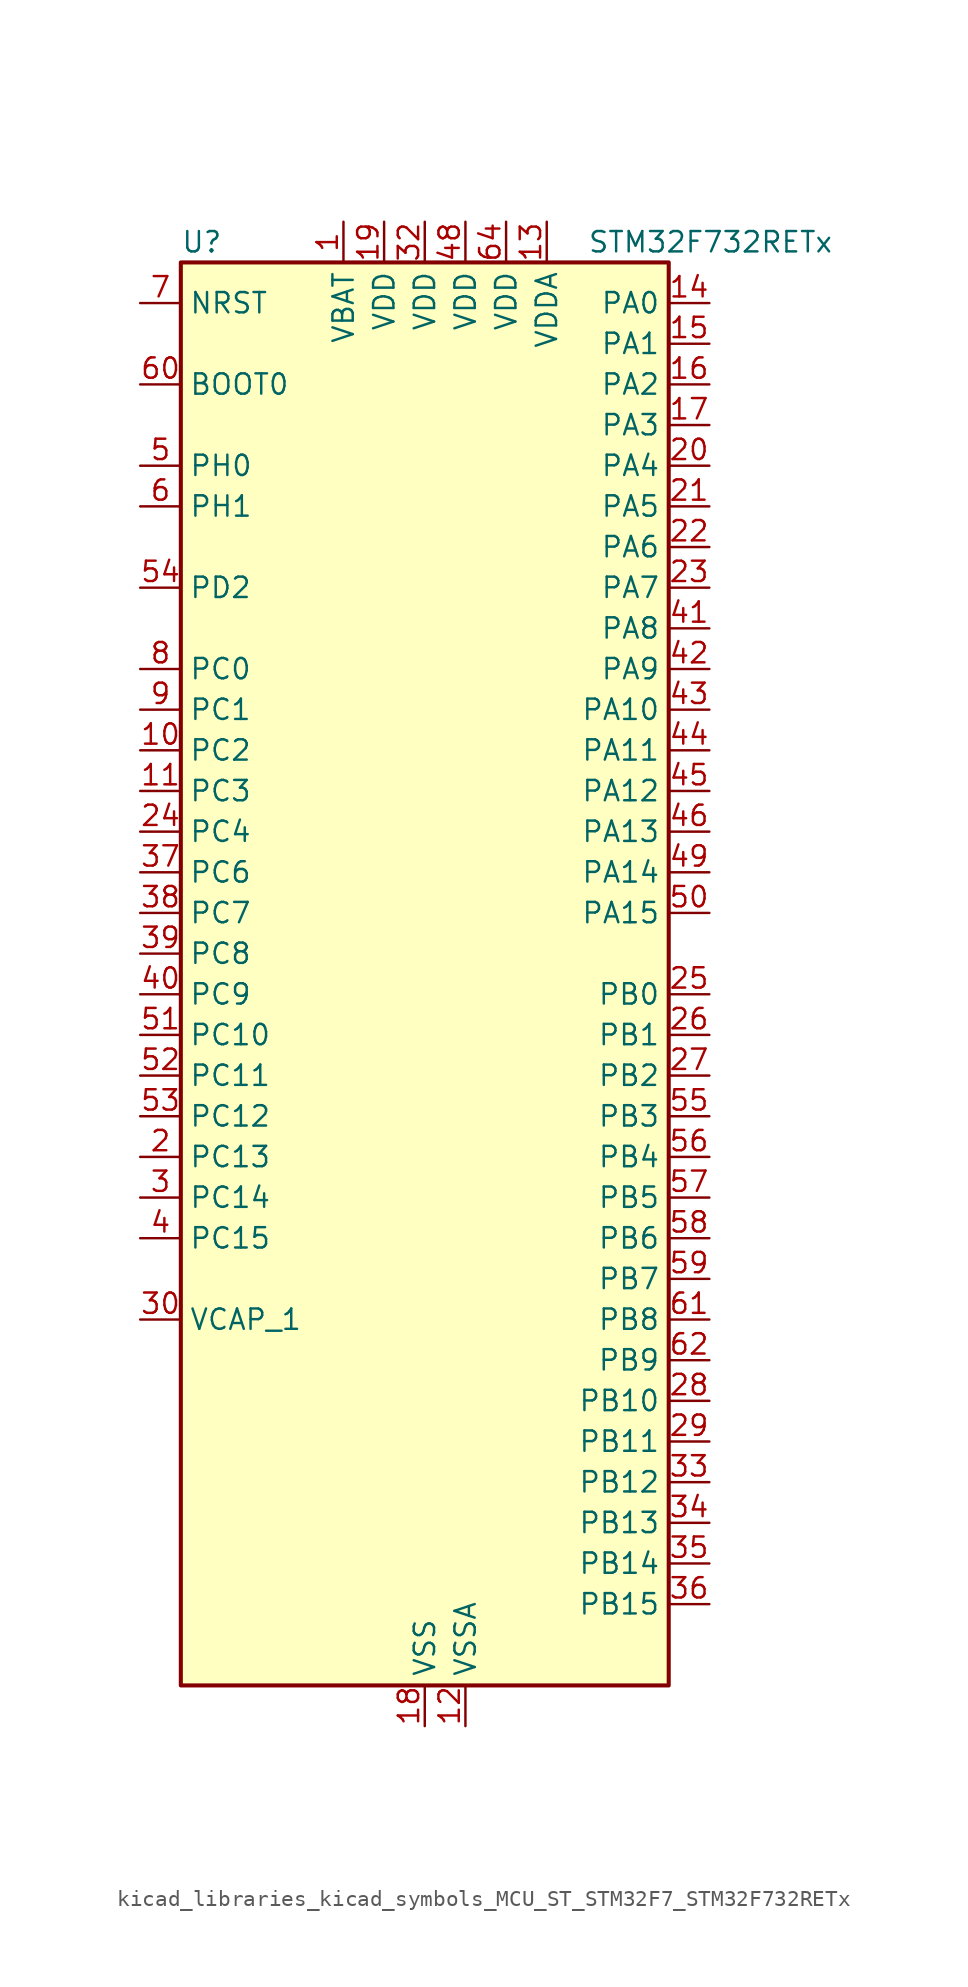
<source format=kicad_sym>
(kicad_symbol_lib
  (version 20220914)
  (generator kicad_symbol_editor)
  (symbol "kicad_libraries_kicad_symbols_MCU_ST_STM32F7_STM32F732RETx"
    (property "Reference" "U"
      (at -15.24 46.99 0)
      (effects (font (size 1.27 1.27)) (justify left)))
    (property "Value" "STM32F732RETx"
      (at 10.16 46.99 0)
      (effects (font (size 1.27 1.27)) (justify left)))
    (property "ki_locked" ""
      (at 0 0 0)
      (effects (font (size 1.27 1.27))))
    (symbol "kicad_libraries_kicad_symbols_MCU_ST_STM32F7_STM32F732RETx_0_1"
      (rectangle (start -15.24 -43.18) (end 15.24 45.72) (stroke (width 0.254) (type default)) (fill (type background))))
    (symbol "kicad_libraries_kicad_symbols_MCU_ST_STM32F7_STM32F732RETx_1_1"
      (pin power_in line (at -5.08 48.26 270) (length 2.54) (name "VBAT" (effects (font (size 1.27 1.27)))) (number "1" (effects (font (size 1.27 1.27)))))
      (pin bidirectional line (at -17.78 15.24 0) (length 2.54) (name "PC2" (effects (font (size 1.27 1.27)))) (number "10" (effects (font (size 1.27 1.27)))) (alternate "ADC1_IN12" bidirectional line) (alternate "ADC2_IN12" bidirectional line) (alternate "ADC3_IN12" bidirectional line) (alternate "SPI2_MISO" bidirectional line) (alternate "USB_OTG_HS_ULPI_DIR" bidirectional line))
      (pin bidirectional line (at -17.78 12.7 0) (length 2.54) (name "PC3" (effects (font (size 1.27 1.27)))) (number "11" (effects (font (size 1.27 1.27)))) (alternate "ADC1_IN13" bidirectional line) (alternate "ADC2_IN13" bidirectional line) (alternate "ADC3_IN13" bidirectional line) (alternate "I2S2_SD" bidirectional line) (alternate "SPI2_MOSI" bidirectional line) (alternate "USB_OTG_HS_ULPI_NXT" bidirectional line))
      (pin power_in line (at 2.54 -45.72 90) (length 2.54) (name "VSSA" (effects (font (size 1.27 1.27)))) (number "12" (effects (font (size 1.27 1.27)))))
      (pin power_in line (at 7.62 48.26 270) (length 2.54) (name "VDDA" (effects (font (size 1.27 1.27)))) (number "13" (effects (font (size 1.27 1.27)))))
      (pin bidirectional line (at 17.78 43.18 180) (length 2.54) (name "PA0" (effects (font (size 1.27 1.27)))) (number "14" (effects (font (size 1.27 1.27)))) (alternate "ADC1_IN0" bidirectional line) (alternate "ADC2_IN0" bidirectional line) (alternate "ADC3_IN0" bidirectional line) (alternate "SAI2_SD_B" bidirectional line) (alternate "SYS_WKUP1" bidirectional line) (alternate "TIM2_CH1" bidirectional line) (alternate "TIM2_ETR" bidirectional line) (alternate "TIM5_CH1" bidirectional line) (alternate "TIM8_ETR" bidirectional line) (alternate "UART4_TX" bidirectional line) (alternate "USART2_CTS" bidirectional line))
      (pin bidirectional line (at 17.78 40.64 180) (length 2.54) (name "PA1" (effects (font (size 1.27 1.27)))) (number "15" (effects (font (size 1.27 1.27)))) (alternate "ADC1_IN1" bidirectional line) (alternate "ADC2_IN1" bidirectional line) (alternate "ADC3_IN1" bidirectional line) (alternate "QUADSPI_BK1_IO3" bidirectional line) (alternate "SAI2_MCLK_B" bidirectional line) (alternate "TIM2_CH2" bidirectional line) (alternate "TIM5_CH2" bidirectional line) (alternate "UART4_RX" bidirectional line) (alternate "USART2_DE" bidirectional line) (alternate "USART2_RTS" bidirectional line))
      (pin bidirectional line (at 17.78 38.1 180) (length 2.54) (name "PA2" (effects (font (size 1.27 1.27)))) (number "16" (effects (font (size 1.27 1.27)))) (alternate "ADC1_IN2" bidirectional line) (alternate "ADC2_IN2" bidirectional line) (alternate "ADC3_IN2" bidirectional line) (alternate "SAI2_SCK_B" bidirectional line) (alternate "SYS_WKUP2" bidirectional line) (alternate "TIM2_CH3" bidirectional line) (alternate "TIM5_CH3" bidirectional line) (alternate "TIM9_CH1" bidirectional line) (alternate "USART2_TX" bidirectional line))
      (pin bidirectional line (at 17.78 35.56 180) (length 2.54) (name "PA3" (effects (font (size 1.27 1.27)))) (number "17" (effects (font (size 1.27 1.27)))) (alternate "ADC1_IN3" bidirectional line) (alternate "ADC2_IN3" bidirectional line) (alternate "ADC3_IN3" bidirectional line) (alternate "TIM2_CH4" bidirectional line) (alternate "TIM5_CH4" bidirectional line) (alternate "TIM9_CH2" bidirectional line) (alternate "USART2_RX" bidirectional line) (alternate "USB_OTG_HS_ULPI_D0" bidirectional line))
      (pin power_in line (at 0 -45.72 90) (length 2.54) (name "VSS" (effects (font (size 1.27 1.27)))) (number "18" (effects (font (size 1.27 1.27)))))
      (pin power_in line (at -2.54 48.26 270) (length 2.54) (name "VDD" (effects (font (size 1.27 1.27)))) (number "19" (effects (font (size 1.27 1.27)))))
      (pin bidirectional line (at -17.78 -10.16 0) (length 2.54) (name "PC13" (effects (font (size 1.27 1.27)))) (number "2" (effects (font (size 1.27 1.27)))) (alternate "RTC_OUT" bidirectional line) (alternate "RTC_TAMP1" bidirectional line) (alternate "RTC_TS" bidirectional line) (alternate "SYS_WKUP4" bidirectional line))
      (pin bidirectional line (at 17.78 33.02 180) (length 2.54) (name "PA4" (effects (font (size 1.27 1.27)))) (number "20" (effects (font (size 1.27 1.27)))) (alternate "ADC1_IN4" bidirectional line) (alternate "ADC2_IN4" bidirectional line) (alternate "DAC_OUT1" bidirectional line) (alternate "I2S1_WS" bidirectional line) (alternate "I2S3_WS" bidirectional line) (alternate "SPI1_NSS" bidirectional line) (alternate "SPI3_NSS" bidirectional line) (alternate "USART2_CK" bidirectional line) (alternate "USB_OTG_HS_SOF" bidirectional line))
      (pin bidirectional line (at 17.78 30.48 180) (length 2.54) (name "PA5" (effects (font (size 1.27 1.27)))) (number "21" (effects (font (size 1.27 1.27)))) (alternate "ADC1_IN5" bidirectional line) (alternate "ADC2_IN5" bidirectional line) (alternate "DAC_OUT2" bidirectional line) (alternate "I2S1_CK" bidirectional line) (alternate "SPI1_SCK" bidirectional line) (alternate "TIM2_CH1" bidirectional line) (alternate "TIM2_ETR" bidirectional line) (alternate "TIM8_CH1N" bidirectional line) (alternate "USB_OTG_HS_ULPI_CK" bidirectional line))
      (pin bidirectional line (at 17.78 27.94 180) (length 2.54) (name "PA6" (effects (font (size 1.27 1.27)))) (number "22" (effects (font (size 1.27 1.27)))) (alternate "ADC1_IN6" bidirectional line) (alternate "ADC2_IN6" bidirectional line) (alternate "SPI1_MISO" bidirectional line) (alternate "TIM13_CH1" bidirectional line) (alternate "TIM1_BKIN" bidirectional line) (alternate "TIM3_CH1" bidirectional line) (alternate "TIM8_BKIN" bidirectional line))
      (pin bidirectional line (at 17.78 25.4 180) (length 2.54) (name "PA7" (effects (font (size 1.27 1.27)))) (number "23" (effects (font (size 1.27 1.27)))) (alternate "ADC1_IN7" bidirectional line) (alternate "ADC2_IN7" bidirectional line) (alternate "I2S1_SD" bidirectional line) (alternate "SPI1_MOSI" bidirectional line) (alternate "TIM14_CH1" bidirectional line) (alternate "TIM1_CH1N" bidirectional line) (alternate "TIM3_CH2" bidirectional line) (alternate "TIM8_CH1N" bidirectional line))
      (pin bidirectional line (at -17.78 10.16 0) (length 2.54) (name "PC4" (effects (font (size 1.27 1.27)))) (number "24" (effects (font (size 1.27 1.27)))) (alternate "ADC1_IN14" bidirectional line) (alternate "ADC2_IN14" bidirectional line) (alternate "I2S1_MCK" bidirectional line))
      (pin bidirectional line (at 17.78 0 180) (length 2.54) (name "PB0" (effects (font (size 1.27 1.27)))) (number "25" (effects (font (size 1.27 1.27)))) (alternate "ADC1_IN8" bidirectional line) (alternate "ADC2_IN8" bidirectional line) (alternate "TIM1_CH2N" bidirectional line) (alternate "TIM3_CH3" bidirectional line) (alternate "TIM8_CH2N" bidirectional line) (alternate "UART4_CTS" bidirectional line) (alternate "USB_OTG_HS_ULPI_D1" bidirectional line))
      (pin bidirectional line (at 17.78 -2.54 180) (length 2.54) (name "PB1" (effects (font (size 1.27 1.27)))) (number "26" (effects (font (size 1.27 1.27)))) (alternate "ADC1_IN9" bidirectional line) (alternate "ADC2_IN9" bidirectional line) (alternate "TIM1_CH3N" bidirectional line) (alternate "TIM3_CH4" bidirectional line) (alternate "TIM8_CH3N" bidirectional line) (alternate "USB_OTG_HS_ULPI_D2" bidirectional line))
      (pin bidirectional line (at 17.78 -5.08 180) (length 2.54) (name "PB2" (effects (font (size 1.27 1.27)))) (number "27" (effects (font (size 1.27 1.27)))) (alternate "I2S3_SD" bidirectional line) (alternate "QUADSPI_CLK" bidirectional line) (alternate "SAI1_SD_A" bidirectional line) (alternate "SPI3_MOSI" bidirectional line))
      (pin bidirectional line (at 17.78 -25.4 180) (length 2.54) (name "PB10" (effects (font (size 1.27 1.27)))) (number "28" (effects (font (size 1.27 1.27)))) (alternate "I2C2_SCL" bidirectional line) (alternate "I2S2_CK" bidirectional line) (alternate "SPI2_SCK" bidirectional line) (alternate "TIM2_CH3" bidirectional line) (alternate "USART3_TX" bidirectional line) (alternate "USB_OTG_HS_ULPI_D3" bidirectional line))
      (pin bidirectional line (at 17.78 -27.94 180) (length 2.54) (name "PB11" (effects (font (size 1.27 1.27)))) (number "29" (effects (font (size 1.27 1.27)))) (alternate "ADC1_EXTI11" bidirectional line) (alternate "ADC2_EXTI11" bidirectional line) (alternate "ADC3_EXTI11" bidirectional line) (alternate "I2C2_SDA" bidirectional line) (alternate "TIM2_CH4" bidirectional line) (alternate "USART3_RX" bidirectional line) (alternate "USB_OTG_HS_ULPI_D4" bidirectional line))
      (pin bidirectional line (at -17.78 -12.7 0) (length 2.54) (name "PC14" (effects (font (size 1.27 1.27)))) (number "3" (effects (font (size 1.27 1.27)))) (alternate "RCC_OSC32_IN" bidirectional line))
      (pin power_out line (at -17.78 -20.32 0) (length 2.54) (name "VCAP_1" (effects (font (size 1.27 1.27)))) (number "30" (effects (font (size 1.27 1.27)))))
      (pin passive line (at 0 -45.72 90) (length 2.54) hide (name "VSS" (effects (font (size 1.27 1.27)))) (number "31" (effects (font (size 1.27 1.27)))))
      (pin power_in line (at 0 48.26 270) (length 2.54) (name "VDD" (effects (font (size 1.27 1.27)))) (number "32" (effects (font (size 1.27 1.27)))))
      (pin bidirectional line (at 17.78 -30.48 180) (length 2.54) (name "PB12" (effects (font (size 1.27 1.27)))) (number "33" (effects (font (size 1.27 1.27)))) (alternate "I2C2_SMBA" bidirectional line) (alternate "I2S2_WS" bidirectional line) (alternate "SPI2_NSS" bidirectional line) (alternate "TIM1_BKIN" bidirectional line) (alternate "USART3_CK" bidirectional line) (alternate "USB_OTG_HS_ID" bidirectional line) (alternate "USB_OTG_HS_ULPI_D5" bidirectional line))
      (pin bidirectional line (at 17.78 -33.02 180) (length 2.54) (name "PB13" (effects (font (size 1.27 1.27)))) (number "34" (effects (font (size 1.27 1.27)))) (alternate "I2S2_CK" bidirectional line) (alternate "SPI2_SCK" bidirectional line) (alternate "TIM1_CH1N" bidirectional line) (alternate "USART3_CTS" bidirectional line) (alternate "USB_OTG_HS_ULPI_D6" bidirectional line) (alternate "USB_OTG_HS_VBUS" bidirectional line))
      (pin bidirectional line (at 17.78 -35.56 180) (length 2.54) (name "PB14" (effects (font (size 1.27 1.27)))) (number "35" (effects (font (size 1.27 1.27)))) (alternate "SPI2_MISO" bidirectional line) (alternate "TIM12_CH1" bidirectional line) (alternate "TIM1_CH2N" bidirectional line) (alternate "TIM8_CH2N" bidirectional line) (alternate "USART3_DE" bidirectional line) (alternate "USART3_RTS" bidirectional line) (alternate "USB_OTG_HS_DM" bidirectional line))
      (pin bidirectional line (at 17.78 -38.1 180) (length 2.54) (name "PB15" (effects (font (size 1.27 1.27)))) (number "36" (effects (font (size 1.27 1.27)))) (alternate "I2S2_SD" bidirectional line) (alternate "RTC_REFIN" bidirectional line) (alternate "SPI2_MOSI" bidirectional line) (alternate "TIM12_CH2" bidirectional line) (alternate "TIM1_CH3N" bidirectional line) (alternate "TIM8_CH3N" bidirectional line) (alternate "USB_OTG_HS_DP" bidirectional line))
      (pin bidirectional line (at -17.78 7.62 0) (length 2.54) (name "PC6" (effects (font (size 1.27 1.27)))) (number "37" (effects (font (size 1.27 1.27)))) (alternate "I2S2_MCK" bidirectional line) (alternate "SDMMC1_D6" bidirectional line) (alternate "TIM3_CH1" bidirectional line) (alternate "TIM8_CH1" bidirectional line) (alternate "USART6_TX" bidirectional line))
      (pin bidirectional line (at -17.78 5.08 0) (length 2.54) (name "PC7" (effects (font (size 1.27 1.27)))) (number "38" (effects (font (size 1.27 1.27)))) (alternate "I2S3_MCK" bidirectional line) (alternate "SDMMC1_D7" bidirectional line) (alternate "TIM3_CH2" bidirectional line) (alternate "TIM8_CH2" bidirectional line) (alternate "USART6_RX" bidirectional line))
      (pin bidirectional line (at -17.78 2.54 0) (length 2.54) (name "PC8" (effects (font (size 1.27 1.27)))) (number "39" (effects (font (size 1.27 1.27)))) (alternate "SDMMC1_D0" bidirectional line) (alternate "SYS_TRACED1" bidirectional line) (alternate "TIM3_CH3" bidirectional line) (alternate "TIM8_CH3" bidirectional line) (alternate "UART5_DE" bidirectional line) (alternate "UART5_RTS" bidirectional line) (alternate "USART6_CK" bidirectional line))
      (pin bidirectional line (at -17.78 -15.24 0) (length 2.54) (name "PC15" (effects (font (size 1.27 1.27)))) (number "4" (effects (font (size 1.27 1.27)))) (alternate "RCC_OSC32_OUT" bidirectional line))
      (pin bidirectional line (at -17.78 0 0) (length 2.54) (name "PC9" (effects (font (size 1.27 1.27)))) (number "40" (effects (font (size 1.27 1.27)))) (alternate "DAC_EXTI9" bidirectional line) (alternate "I2C3_SDA" bidirectional line) (alternate "I2S_CKIN" bidirectional line) (alternate "QUADSPI_BK1_IO0" bidirectional line) (alternate "RCC_MCO_2" bidirectional line) (alternate "SDMMC1_D1" bidirectional line) (alternate "TIM3_CH4" bidirectional line) (alternate "TIM8_CH4" bidirectional line) (alternate "UART5_CTS" bidirectional line))
      (pin bidirectional line (at 17.78 22.86 180) (length 2.54) (name "PA8" (effects (font (size 1.27 1.27)))) (number "41" (effects (font (size 1.27 1.27)))) (alternate "I2C3_SCL" bidirectional line) (alternate "RCC_MCO_1" bidirectional line) (alternate "TIM1_CH1" bidirectional line) (alternate "TIM8_BKIN2" bidirectional line) (alternate "USART1_CK" bidirectional line) (alternate "USB_OTG_FS_SOF" bidirectional line))
      (pin bidirectional line (at 17.78 20.32 180) (length 2.54) (name "PA9" (effects (font (size 1.27 1.27)))) (number "42" (effects (font (size 1.27 1.27)))) (alternate "DAC_EXTI9" bidirectional line) (alternate "I2C3_SMBA" bidirectional line) (alternate "I2S2_CK" bidirectional line) (alternate "SPI2_SCK" bidirectional line) (alternate "TIM1_CH2" bidirectional line) (alternate "USART1_TX" bidirectional line) (alternate "USB_OTG_FS_VBUS" bidirectional line))
      (pin bidirectional line (at 17.78 17.78 180) (length 2.54) (name "PA10" (effects (font (size 1.27 1.27)))) (number "43" (effects (font (size 1.27 1.27)))) (alternate "TIM1_CH3" bidirectional line) (alternate "USART1_RX" bidirectional line) (alternate "USB_OTG_FS_ID" bidirectional line))
      (pin bidirectional line (at 17.78 15.24 180) (length 2.54) (name "PA11" (effects (font (size 1.27 1.27)))) (number "44" (effects (font (size 1.27 1.27)))) (alternate "ADC1_EXTI11" bidirectional line) (alternate "ADC2_EXTI11" bidirectional line) (alternate "ADC3_EXTI11" bidirectional line) (alternate "CAN1_RX" bidirectional line) (alternate "TIM1_CH4" bidirectional line) (alternate "USART1_CTS" bidirectional line) (alternate "USB_OTG_FS_DM" bidirectional line))
      (pin bidirectional line (at 17.78 12.7 180) (length 2.54) (name "PA12" (effects (font (size 1.27 1.27)))) (number "45" (effects (font (size 1.27 1.27)))) (alternate "CAN1_TX" bidirectional line) (alternate "SAI2_FS_B" bidirectional line) (alternate "TIM1_ETR" bidirectional line) (alternate "USART1_DE" bidirectional line) (alternate "USART1_RTS" bidirectional line) (alternate "USB_OTG_FS_DP" bidirectional line))
      (pin bidirectional line (at 17.78 10.16 180) (length 2.54) (name "PA13" (effects (font (size 1.27 1.27)))) (number "46" (effects (font (size 1.27 1.27)))) (alternate "SYS_JTMS-SWDIO" bidirectional line))
      (pin passive line (at 0 -45.72 90) (length 2.54) hide (name "VSS" (effects (font (size 1.27 1.27)))) (number "47" (effects (font (size 1.27 1.27)))))
      (pin power_in line (at 2.54 48.26 270) (length 2.54) (name "VDD" (effects (font (size 1.27 1.27)))) (number "48" (effects (font (size 1.27 1.27)))))
      (pin bidirectional line (at 17.78 7.62 180) (length 2.54) (name "PA14" (effects (font (size 1.27 1.27)))) (number "49" (effects (font (size 1.27 1.27)))) (alternate "SYS_JTCK-SWCLK" bidirectional line))
      (pin bidirectional line (at -17.78 33.02 0) (length 2.54) (name "PH0" (effects (font (size 1.27 1.27)))) (number "5" (effects (font (size 1.27 1.27)))) (alternate "RCC_OSC_IN" bidirectional line))
      (pin bidirectional line (at 17.78 5.08 180) (length 2.54) (name "PA15" (effects (font (size 1.27 1.27)))) (number "50" (effects (font (size 1.27 1.27)))) (alternate "I2S1_WS" bidirectional line) (alternate "I2S3_WS" bidirectional line) (alternate "SPI1_NSS" bidirectional line) (alternate "SPI3_NSS" bidirectional line) (alternate "SYS_JTDI" bidirectional line) (alternate "TIM2_CH1" bidirectional line) (alternate "TIM2_ETR" bidirectional line) (alternate "UART4_DE" bidirectional line) (alternate "UART4_RTS" bidirectional line))
      (pin bidirectional line (at -17.78 -2.54 0) (length 2.54) (name "PC10" (effects (font (size 1.27 1.27)))) (number "51" (effects (font (size 1.27 1.27)))) (alternate "I2S3_CK" bidirectional line) (alternate "QUADSPI_BK1_IO1" bidirectional line) (alternate "SDMMC1_D2" bidirectional line) (alternate "SPI3_SCK" bidirectional line) (alternate "UART4_TX" bidirectional line) (alternate "USART3_TX" bidirectional line))
      (pin bidirectional line (at -17.78 -5.08 0) (length 2.54) (name "PC11" (effects (font (size 1.27 1.27)))) (number "52" (effects (font (size 1.27 1.27)))) (alternate "ADC1_EXTI11" bidirectional line) (alternate "ADC2_EXTI11" bidirectional line) (alternate "ADC3_EXTI11" bidirectional line) (alternate "QUADSPI_BK2_NCS" bidirectional line) (alternate "SDMMC1_D3" bidirectional line) (alternate "SPI3_MISO" bidirectional line) (alternate "UART4_RX" bidirectional line) (alternate "USART3_RX" bidirectional line))
      (pin bidirectional line (at -17.78 -7.62 0) (length 2.54) (name "PC12" (effects (font (size 1.27 1.27)))) (number "53" (effects (font (size 1.27 1.27)))) (alternate "I2S3_SD" bidirectional line) (alternate "SDMMC1_CK" bidirectional line) (alternate "SPI3_MOSI" bidirectional line) (alternate "SYS_TRACED3" bidirectional line) (alternate "UART5_TX" bidirectional line) (alternate "USART3_CK" bidirectional line))
      (pin bidirectional line (at -17.78 25.4 0) (length 2.54) (name "PD2" (effects (font (size 1.27 1.27)))) (number "54" (effects (font (size 1.27 1.27)))) (alternate "SDMMC1_CMD" bidirectional line) (alternate "SYS_TRACED2" bidirectional line) (alternate "TIM3_ETR" bidirectional line) (alternate "UART5_RX" bidirectional line))
      (pin bidirectional line (at 17.78 -7.62 180) (length 2.54) (name "PB3" (effects (font (size 1.27 1.27)))) (number "55" (effects (font (size 1.27 1.27)))) (alternate "I2S1_CK" bidirectional line) (alternate "I2S3_CK" bidirectional line) (alternate "SPI1_SCK" bidirectional line) (alternate "SPI3_SCK" bidirectional line) (alternate "SYS_JTDO-SWO" bidirectional line) (alternate "TIM2_CH2" bidirectional line))
      (pin bidirectional line (at 17.78 -10.16 180) (length 2.54) (name "PB4" (effects (font (size 1.27 1.27)))) (number "56" (effects (font (size 1.27 1.27)))) (alternate "I2S2_WS" bidirectional line) (alternate "SPI1_MISO" bidirectional line) (alternate "SPI2_NSS" bidirectional line) (alternate "SPI3_MISO" bidirectional line) (alternate "SYS_JTRST" bidirectional line) (alternate "TIM3_CH1" bidirectional line))
      (pin bidirectional line (at 17.78 -12.7 180) (length 2.54) (name "PB5" (effects (font (size 1.27 1.27)))) (number "57" (effects (font (size 1.27 1.27)))) (alternate "I2C1_SMBA" bidirectional line) (alternate "I2S1_SD" bidirectional line) (alternate "I2S3_SD" bidirectional line) (alternate "SPI1_MOSI" bidirectional line) (alternate "SPI3_MOSI" bidirectional line) (alternate "TIM3_CH2" bidirectional line) (alternate "USB_OTG_HS_ULPI_D7" bidirectional line))
      (pin bidirectional line (at 17.78 -15.24 180) (length 2.54) (name "PB6" (effects (font (size 1.27 1.27)))) (number "58" (effects (font (size 1.27 1.27)))) (alternate "I2C1_SCL" bidirectional line) (alternate "QUADSPI_BK1_NCS" bidirectional line) (alternate "TIM4_CH1" bidirectional line) (alternate "USART1_TX" bidirectional line))
      (pin bidirectional line (at 17.78 -17.78 180) (length 2.54) (name "PB7" (effects (font (size 1.27 1.27)))) (number "59" (effects (font (size 1.27 1.27)))) (alternate "I2C1_SDA" bidirectional line) (alternate "TIM4_CH2" bidirectional line) (alternate "USART1_RX" bidirectional line))
      (pin bidirectional line (at -17.78 30.48 0) (length 2.54) (name "PH1" (effects (font (size 1.27 1.27)))) (number "6" (effects (font (size 1.27 1.27)))) (alternate "RCC_OSC_OUT" bidirectional line))
      (pin input line (at -17.78 38.1 0) (length 2.54) (name "BOOT0" (effects (font (size 1.27 1.27)))) (number "60" (effects (font (size 1.27 1.27)))))
      (pin bidirectional line (at 17.78 -20.32 180) (length 2.54) (name "PB8" (effects (font (size 1.27 1.27)))) (number "61" (effects (font (size 1.27 1.27)))) (alternate "CAN1_RX" bidirectional line) (alternate "I2C1_SCL" bidirectional line) (alternate "SDMMC1_D4" bidirectional line) (alternate "TIM10_CH1" bidirectional line) (alternate "TIM4_CH3" bidirectional line))
      (pin bidirectional line (at 17.78 -22.86 180) (length 2.54) (name "PB9" (effects (font (size 1.27 1.27)))) (number "62" (effects (font (size 1.27 1.27)))) (alternate "CAN1_TX" bidirectional line) (alternate "DAC_EXTI9" bidirectional line) (alternate "I2C1_SDA" bidirectional line) (alternate "I2S2_WS" bidirectional line) (alternate "SDMMC1_D5" bidirectional line) (alternate "SPI2_NSS" bidirectional line) (alternate "TIM11_CH1" bidirectional line) (alternate "TIM4_CH4" bidirectional line))
      (pin passive line (at 0 -45.72 90) (length 2.54) hide (name "VSS" (effects (font (size 1.27 1.27)))) (number "63" (effects (font (size 1.27 1.27)))))
      (pin power_in line (at 5.08 48.26 270) (length 2.54) (name "VDD" (effects (font (size 1.27 1.27)))) (number "64" (effects (font (size 1.27 1.27)))))
      (pin input line (at -17.78 43.18 0) (length 2.54) (name "NRST" (effects (font (size 1.27 1.27)))) (number "7" (effects (font (size 1.27 1.27)))))
      (pin bidirectional line (at -17.78 20.32 0) (length 2.54) (name "PC0" (effects (font (size 1.27 1.27)))) (number "8" (effects (font (size 1.27 1.27)))) (alternate "ADC1_IN10" bidirectional line) (alternate "ADC2_IN10" bidirectional line) (alternate "ADC3_IN10" bidirectional line) (alternate "SAI2_FS_B" bidirectional line) (alternate "USB_OTG_HS_ULPI_STP" bidirectional line))
      (pin bidirectional line (at -17.78 17.78 0) (length 2.54) (name "PC1" (effects (font (size 1.27 1.27)))) (number "9" (effects (font (size 1.27 1.27)))) (alternate "ADC1_IN11" bidirectional line) (alternate "ADC2_IN11" bidirectional line) (alternate "ADC3_IN11" bidirectional line) (alternate "I2S2_SD" bidirectional line) (alternate "RTC_TAMP3" bidirectional line) (alternate "RTC_TS" bidirectional line) (alternate "SAI1_SD_A" bidirectional line) (alternate "SPI2_MOSI" bidirectional line) (alternate "SYS_TRACED0" bidirectional line) (alternate "SYS_WKUP3" bidirectional line)))))
</source>
